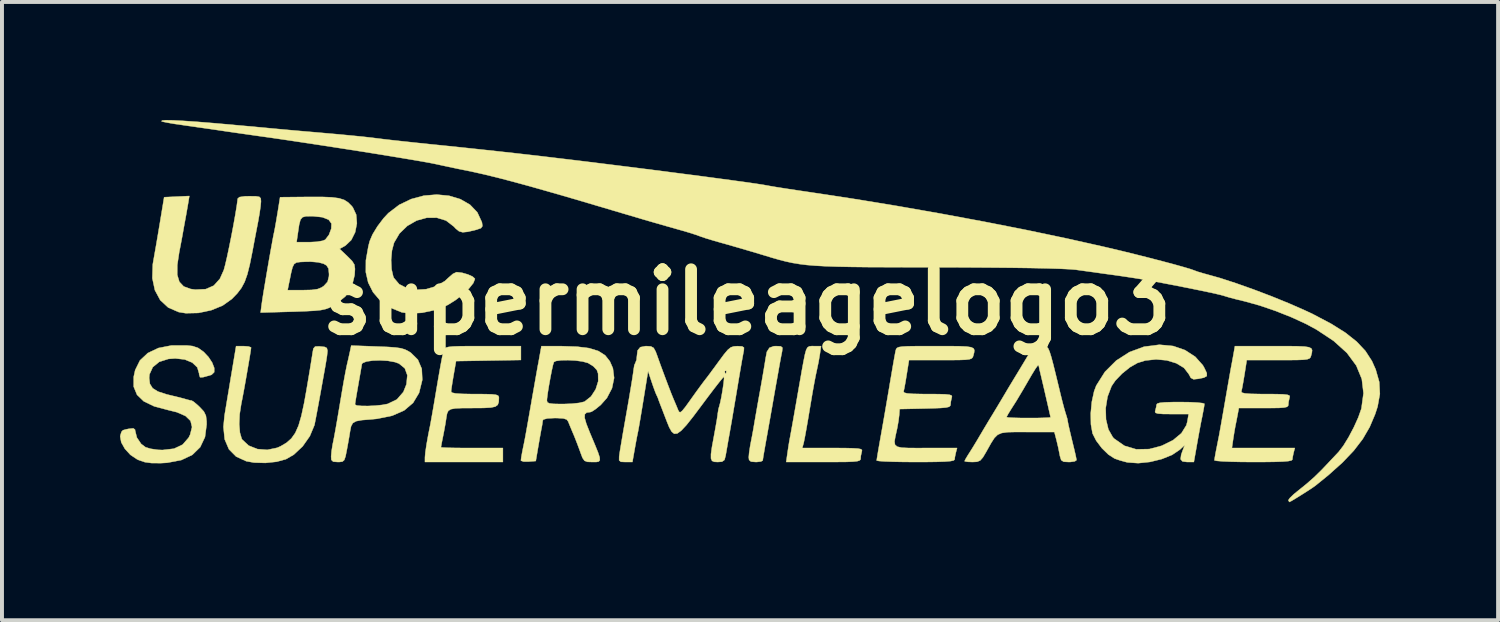
<source format=kicad_pcb>
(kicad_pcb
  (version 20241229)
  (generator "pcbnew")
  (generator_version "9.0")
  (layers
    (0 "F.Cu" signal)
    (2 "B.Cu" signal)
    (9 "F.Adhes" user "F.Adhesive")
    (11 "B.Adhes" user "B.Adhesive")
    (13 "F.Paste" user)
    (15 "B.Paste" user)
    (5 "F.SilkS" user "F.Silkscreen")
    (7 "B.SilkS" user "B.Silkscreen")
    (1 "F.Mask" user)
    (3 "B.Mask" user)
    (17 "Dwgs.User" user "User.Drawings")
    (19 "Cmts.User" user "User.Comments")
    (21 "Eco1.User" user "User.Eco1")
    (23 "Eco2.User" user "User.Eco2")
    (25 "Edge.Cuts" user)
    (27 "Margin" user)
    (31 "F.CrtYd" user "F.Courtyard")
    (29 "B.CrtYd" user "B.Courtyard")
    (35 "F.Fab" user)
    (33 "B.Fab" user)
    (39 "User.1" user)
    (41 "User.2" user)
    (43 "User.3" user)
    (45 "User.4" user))
  (footprint "supermileagelogo3"
    (layer "F.Cu")
    (at 15.93 4.629)
    (property "Reference" "supermileagelogo3" (at 0 0 0) (layer "F.SilkS") (effects (font (size 1.524 1.524) (thickness 0.3))))
    (attr through_hole)
    (fp_poly (pts (xy 0.865 1.123) (xy 0.908 1.159) (xy 0.898 1.253) (xy 0.892 1.283) (xy 0.871 1.388) (xy 0.837 1.572) (xy 0.794 1.815) (xy 0.744 2.094) (xy 0.71 2.286) (xy 0.654 2.607) (xy 0.597 2.931) (xy 0.544 3.228) (xy 0.501 3.47) (xy 0.485 3.556) (xy 0.45 3.756) (xy 0.422 3.916) (xy 0.408 4.012) (xy 0.406 4.026) (xy 0.362 4.051) (xy 0.252 4.064) (xy 0.229 4.064) (xy 0.108 4.054) (xy 0.059 4.011) (xy 0.051 3.944) (xy 0.061 3.826) (xy 0.087 3.656) (xy 0.107 3.55) (xy 0.142 3.37) (xy 0.171 3.212) (xy 0.181 3.15) (xy 0.197 3.055) (xy 0.227 2.883) (xy 0.267 2.654) (xy 0.314 2.389) (xy 0.333 2.286) (xy 0.381 2.017) (xy 0.422 1.778) (xy 0.454 1.588) (xy 0.473 1.47) (xy 0.476 1.448) (xy 0.511 1.263) (xy 0.577 1.16) (xy 0.689 1.12) (xy 0.746 1.118) (xy 0.865 1.123)) (stroke (width 0.01) (type solid)) (fill yes) (layer "F.SilkS"))
    (fp_poly (pts (xy 1.71 1.118) (xy 1.889 1.118) (xy 1.857 1.333) (xy 1.823 1.531) (xy 1.781 1.73) (xy 1.776 1.753) (xy 1.75 1.875) (xy 1.712 2.074) (xy 1.667 2.325) (xy 1.62 2.605) (xy 1.601 2.718) (xy 1.555 2.993) (xy 1.512 3.24) (xy 1.476 3.437) (xy 1.45 3.565) (xy 1.443 3.594) (xy 1.411 3.708) (xy 2.184 3.708) (xy 2.481 3.709) (xy 2.69 3.714) (xy 2.825 3.722) (xy 2.9 3.737) (xy 2.929 3.759) (xy 2.926 3.789) (xy 2.899 3.91) (xy 2.896 3.967) (xy 2.891 4.001) (xy 2.866 4.026) (xy 2.809 4.043) (xy 2.706 4.054) (xy 2.543 4.061) (xy 2.307 4.063) (xy 1.984 4.064) (xy 1.949 4.064) (xy 1.003 4.064) (xy 1.037 3.823) (xy 1.062 3.656) (xy 1.085 3.517) (xy 1.092 3.48) (xy 1.108 3.396) (xy 1.138 3.232) (xy 1.178 3.008) (xy 1.224 2.746) (xy 1.247 2.616) (xy 1.294 2.345) (xy 1.336 2.106) (xy 1.369 1.919) (xy 1.389 1.803) (xy 1.393 1.778) (xy 1.442 1.511) (xy 1.479 1.327) (xy 1.511 1.212) (xy 1.547 1.149) (xy 1.593 1.123) (xy 1.657 1.117) (xy 1.71 1.118)) (stroke (width 0.01) (type solid)) (fill yes) (layer "F.SilkS"))
    (fp_poly (pts (xy -14.195 -2.53) (xy -14.22 -2.386) (xy -14.254 -2.192) (xy -14.279 -2.057) (xy -14.312 -1.876) (xy -14.339 -1.723) (xy -14.352 -1.651) (xy -14.372 -1.544) (xy -14.403 -1.382) (xy -14.424 -1.276) (xy -14.474 -0.944) (xy -14.475 -0.694) (xy -14.421 -0.515) (xy -14.31 -0.398) (xy -14.135 -0.334) (xy -14.017 -0.318) (xy -13.751 -0.33) (xy -13.546 -0.42) (xy -13.391 -0.593) (xy -13.292 -0.814) (xy -13.257 -0.942) (xy -13.21 -1.144) (xy -13.156 -1.397) (xy -13.1 -1.676) (xy -13.046 -1.959) (xy -12.999 -2.223) (xy -12.963 -2.442) (xy -12.942 -2.595) (xy -12.94 -2.629) (xy -12.893 -2.67) (xy -12.754 -2.69) (xy -12.641 -2.692) (xy -12.475 -2.69) (xy -12.387 -2.675) (xy -12.352 -2.636) (xy -12.347 -2.562) (xy -12.347 -2.553) (xy -12.358 -2.432) (xy -12.384 -2.252) (xy -12.418 -2.057) (xy -12.463 -1.823) (xy -12.516 -1.548) (xy -12.564 -1.29) (xy -12.565 -1.285) (xy -12.631 -0.956) (xy -12.694 -0.706) (xy -12.762 -0.514) (xy -12.845 -0.359) (xy -12.952 -0.219) (xy -13.089 -0.078) (xy -13.321 0.087) (xy -13.615 0.207) (xy -13.939 0.275) (xy -14.258 0.282) (xy -14.439 0.253) (xy -14.704 0.138) (xy -14.907 -0.05) (xy -15.043 -0.303) (xy -15.108 -0.609) (xy -15.097 -0.959) (xy -15.083 -1.041) (xy -15.053 -1.212) (xy -15.011 -1.451) (xy -14.964 -1.727) (xy -14.917 -2.007) (xy -14.808 -2.667) (xy -14.488 -2.682) (xy -14.168 -2.697) (xy -14.195 -2.53)) (stroke (width 0.01) (type solid)) (fill yes) (layer "F.SilkS"))
    (fp_poly (pts (xy -7.565 -2.703) (xy -7.279 -2.617) (xy -7.034 -2.476) (xy -6.848 -2.282) (xy -6.734 -2.036) (xy -6.73 -2.023) (xy -6.718 -1.932) (xy -6.755 -1.881) (xy -6.866 -1.842) (xy -6.891 -1.835) (xy -7.09 -1.788) (xy -7.22 -1.775) (xy -7.313 -1.801) (xy -7.397 -1.869) (xy -7.445 -1.921) (xy -7.643 -2.073) (xy -7.88 -2.146) (xy -8.135 -2.144) (xy -8.39 -2.074) (xy -8.627 -1.938) (xy -8.827 -1.744) (xy -8.965 -1.509) (xy -9.018 -1.31) (xy -9.039 -1.072) (xy -9.028 -0.838) (xy -8.984 -0.648) (xy -8.968 -0.614) (xy -8.833 -0.455) (xy -8.637 -0.355) (xy -8.401 -0.313) (xy -8.148 -0.329) (xy -7.898 -0.403) (xy -7.674 -0.535) (xy -7.573 -0.628) (xy -7.469 -0.718) (xy -7.378 -0.761) (xy -7.37 -0.762) (xy -7.232 -0.745) (xy -7.087 -0.703) (xy -6.968 -0.649) (xy -6.91 -0.597) (xy -6.909 -0.589) (xy -6.949 -0.485) (xy -7.058 -0.348) (xy -7.214 -0.199) (xy -7.397 -0.055) (xy -7.588 0.065) (xy -7.635 0.089) (xy -7.934 0.203) (xy -8.253 0.271) (xy -8.555 0.288) (xy -8.767 0.26) (xy -9.064 0.14) (xy -9.325 -0.049) (xy -9.499 -0.253) (xy -9.622 -0.498) (xy -9.682 -0.761) (xy -9.68 -1.062) (xy -9.617 -1.419) (xy -9.584 -1.549) (xy -9.511 -1.721) (xy -9.386 -1.926) (xy -9.233 -2.129) (xy -9.108 -2.263) (xy -8.835 -2.472) (xy -8.529 -2.619) (xy -8.206 -2.706) (xy -7.879 -2.733) (xy -7.565 -2.703)) (stroke (width 0.01) (type solid)) (fill yes) (layer "F.SilkS"))
    (fp_poly (pts (xy -12.666 1.127) (xy -12.602 1.149) (xy -12.598 1.156) (xy -12.607 1.225) (xy -12.63 1.371) (xy -12.664 1.571) (xy -12.704 1.803) (xy -12.746 2.044) (xy -12.787 2.271) (xy -12.823 2.461) (xy -12.849 2.591) (xy -12.889 2.85) (xy -12.9 3.102) (xy -12.882 3.319) (xy -12.837 3.472) (xy -12.824 3.494) (xy -12.659 3.647) (xy -12.438 3.735) (xy -12.188 3.755) (xy -11.935 3.702) (xy -11.847 3.663) (xy -11.695 3.573) (xy -11.574 3.465) (xy -11.475 3.325) (xy -11.392 3.138) (xy -11.32 2.889) (xy -11.25 2.566) (xy -11.194 2.255) (xy -11.146 1.972) (xy -11.102 1.71) (xy -11.067 1.492) (xy -11.043 1.341) (xy -11.038 1.305) (xy -11.015 1.18) (xy -10.97 1.129) (xy -10.87 1.124) (xy -10.828 1.128) (xy -10.727 1.139) (xy -10.673 1.167) (xy -10.656 1.236) (xy -10.669 1.366) (xy -10.69 1.499) (xy -10.71 1.618) (xy -10.743 1.802) (xy -10.784 2.031) (xy -10.829 2.281) (xy -10.875 2.533) (xy -10.918 2.765) (xy -10.954 2.955) (xy -10.979 3.082) (xy -10.987 3.124) (xy -11.105 3.406) (xy -11.288 3.666) (xy -11.513 3.877) (xy -11.712 3.992) (xy -11.949 4.057) (xy -12.235 4.087) (xy -12.522 4.079) (xy -12.722 4.043) (xy -12.978 3.926) (xy -13.161 3.741) (xy -13.269 3.488) (xy -13.301 3.171) (xy -13.272 2.874) (xy -13.244 2.708) (xy -13.205 2.47) (xy -13.158 2.191) (xy -13.11 1.899) (xy -13.1 1.842) (xy -12.979 1.118) (xy -12.789 1.118) (xy -12.666 1.127)) (stroke (width 0.01) (type solid)) (fill yes) (layer "F.SilkS"))
    (fp_poly (pts (xy -5.74 1.471) (xy -6.565 1.485) (xy -7.389 1.499) (xy -7.451 1.854) (xy -7.482 2.04) (xy -7.505 2.19) (xy -7.515 2.272) (xy -7.515 2.273) (xy -7.489 2.302) (xy -7.399 2.321) (xy -7.233 2.332) (xy -6.98 2.337) (xy -6.909 2.337) (xy -6.651 2.338) (xy -6.478 2.343) (xy -6.374 2.355) (xy -6.32 2.376) (xy -6.301 2.409) (xy -6.299 2.434) (xy -6.304 2.539) (xy -6.329 2.611) (xy -6.391 2.656) (xy -6.505 2.68) (xy -6.689 2.69) (xy -6.957 2.692) (xy -6.967 2.692) (xy -7.23 2.693) (xy -7.409 2.701) (xy -7.522 2.722) (xy -7.586 2.764) (xy -7.618 2.835) (xy -7.637 2.941) (xy -7.641 2.972) (xy -7.663 3.111) (xy -7.697 3.296) (xy -7.717 3.398) (xy -7.748 3.552) (xy -7.768 3.659) (xy -7.772 3.69) (xy -7.724 3.696) (xy -7.592 3.702) (xy -7.393 3.706) (xy -7.144 3.708) (xy -6.985 3.708) (xy -6.198 3.708) (xy -6.198 4.064) (xy -8.179 4.064) (xy -8.179 3.946) (xy -8.168 3.817) (xy -8.138 3.615) (xy -8.093 3.363) (xy -8.05 3.15) (xy -8.032 3.055) (xy -8.001 2.882) (xy -7.961 2.653) (xy -7.916 2.388) (xy -7.899 2.286) (xy -7.843 1.956) (xy -7.8 1.71) (xy -7.768 1.533) (xy -7.744 1.408) (xy -7.724 1.319) (xy -7.706 1.251) (xy -7.695 1.215) (xy -7.678 1.181) (xy -7.644 1.156) (xy -7.579 1.139) (xy -7.468 1.127) (xy -7.298 1.121) (xy -7.055 1.118) (xy -6.725 1.118) (xy -6.702 1.118) (xy -5.74 1.118) (xy -5.74 1.471)) (stroke (width 0.01) (type solid)) (fill yes) (layer "F.SilkS"))
    (fp_poly (pts (xy -9.398 1.128) (xy -9.123 1.139) (xy -8.928 1.153) (xy -8.79 1.173) (xy -8.687 1.204) (xy -8.598 1.249) (xy -8.539 1.286) (xy -8.359 1.463) (xy -8.26 1.695) (xy -8.247 1.97) (xy -8.25 1.99) (xy -8.329 2.308) (xy -8.481 2.561) (xy -8.707 2.753) (xy -9.012 2.887) (xy -9.4 2.966) (xy -9.559 2.981) (xy -9.783 2.999) (xy -9.928 3.026) (xy -10.012 3.074) (xy -10.057 3.156) (xy -10.083 3.288) (xy -10.089 3.327) (xy -10.106 3.43) (xy -10.135 3.594) (xy -10.163 3.747) (xy -10.197 3.919) (xy -10.23 4.013) (xy -10.277 4.054) (xy -10.357 4.064) (xy -10.394 4.064) (xy -10.511 4.055) (xy -10.558 4.01) (xy -10.564 3.924) (xy -10.552 3.786) (xy -10.524 3.611) (xy -10.512 3.556) (xy -10.486 3.424) (xy -10.448 3.216) (xy -10.403 2.958) (xy -10.355 2.674) (xy -10.343 2.603) (xy -9.957 2.603) (xy -9.911 2.627) (xy -9.792 2.638) (xy -9.626 2.64) (xy -9.442 2.631) (xy -9.266 2.613) (xy -9.126 2.587) (xy -9.125 2.586) (xy -8.893 2.474) (xy -8.728 2.285) (xy -8.649 2.088) (xy -8.627 1.858) (xy -8.691 1.682) (xy -8.838 1.562) (xy -8.939 1.525) (xy -9.118 1.492) (xy -9.316 1.48) (xy -9.507 1.486) (xy -9.665 1.509) (xy -9.763 1.548) (xy -9.782 1.575) (xy -9.796 1.657) (xy -9.823 1.811) (xy -9.858 2.011) (xy -9.875 2.108) (xy -9.911 2.314) (xy -9.939 2.48) (xy -9.955 2.584) (xy -9.957 2.603) (xy -10.343 2.603) (xy -10.337 2.565) (xy -10.289 2.281) (xy -10.243 2.015) (xy -10.202 1.793) (xy -10.171 1.638) (xy -10.163 1.6) (xy -10.123 1.428) (xy -10.088 1.27) (xy -10.084 1.251) (xy -10.053 1.104) (xy -9.398 1.128)) (stroke (width 0.01) (type solid)) (fill yes) (layer "F.SilkS"))
    (fp_poly (pts (xy 13.738 1.118) (xy 13.994 1.121) (xy 14.173 1.129) (xy 14.287 1.146) (xy 14.349 1.176) (xy 14.37 1.22) (xy 14.364 1.282) (xy 14.344 1.359) (xy 14.33 1.402) (xy 14.302 1.432) (xy 14.245 1.453) (xy 14.145 1.465) (xy 13.985 1.471) (xy 13.751 1.473) (xy 13.511 1.473) (xy 12.709 1.473) (xy 12.651 1.841) (xy 12.619 2.031) (xy 12.591 2.184) (xy 12.572 2.27) (xy 12.571 2.273) (xy 12.587 2.301) (xy 12.662 2.32) (xy 12.809 2.331) (xy 13.04 2.336) (xy 13.19 2.337) (xy 13.455 2.338) (xy 13.634 2.343) (xy 13.741 2.355) (xy 13.792 2.374) (xy 13.802 2.403) (xy 13.798 2.417) (xy 13.771 2.539) (xy 13.767 2.595) (xy 13.76 2.636) (xy 13.729 2.663) (xy 13.656 2.68) (xy 13.527 2.689) (xy 13.323 2.692) (xy 13.137 2.692) (xy 12.508 2.692) (xy 12.477 2.857) (xy 12.446 3.018) (xy 12.419 3.15) (xy 12.395 3.283) (xy 12.368 3.453) (xy 12.362 3.493) (xy 12.331 3.708) (xy 13.931 3.708) (xy 13.9 3.823) (xy 13.875 3.941) (xy 13.869 4) (xy 13.845 4.024) (xy 13.765 4.041) (xy 13.621 4.053) (xy 13.401 4.06) (xy 13.095 4.064) (xy 12.878 4.064) (xy 12.573 4.062) (xy 12.306 4.056) (xy 12.093 4.047) (xy 11.948 4.035) (xy 11.888 4.022) (xy 11.887 4.02) (xy 11.897 3.949) (xy 11.921 3.814) (xy 11.943 3.703) (xy 11.966 3.587) (xy 11.985 3.491) (xy 12.004 3.396) (xy 12.024 3.285) (xy 12.05 3.14) (xy 12.085 2.941) (xy 12.132 2.672) (xy 12.168 2.464) (xy 12.215 2.193) (xy 12.257 1.954) (xy 12.29 1.767) (xy 12.311 1.65) (xy 12.316 1.626) (xy 12.334 1.53) (xy 12.361 1.383) (xy 12.37 1.333) (xy 12.408 1.118) (xy 13.392 1.118) (xy 13.738 1.118)) (stroke (width 0.01) (type solid)) (fill yes) (layer "F.SilkS"))
    (fp_poly (pts (xy -14.225 1.102) (xy -14.084 1.117) (xy -13.94 1.167) (xy -13.802 1.266) (xy -13.68 1.396) (xy -13.587 1.538) (xy -13.535 1.673) (xy -13.536 1.782) (xy -13.603 1.847) (xy -13.611 1.85) (xy -13.751 1.89) (xy -13.818 1.908) (xy -13.895 1.911) (xy -13.919 1.839) (xy -13.919 1.816) (xy -13.965 1.659) (xy -14.093 1.537) (xy -14.284 1.458) (xy -14.524 1.431) (xy -14.7 1.444) (xy -14.933 1.518) (xy -15.097 1.652) (xy -15.181 1.837) (xy -15.189 1.929) (xy -15.17 2.078) (xy -15.101 2.188) (xy -14.967 2.272) (xy -14.754 2.342) (xy -14.652 2.367) (xy -14.466 2.412) (xy -14.312 2.451) (xy -14.225 2.477) (xy -14.224 2.477) (xy -14.138 2.499) (xy -14.116 2.499) (xy -14.063 2.528) (xy -13.967 2.608) (xy -13.905 2.666) (xy -13.798 2.781) (xy -13.746 2.887) (xy -13.729 3.027) (xy -13.728 3.108) (xy -13.77 3.429) (xy -13.892 3.687) (xy -14.093 3.883) (xy -14.373 4.015) (xy -14.732 4.083) (xy -14.887 4.092) (xy -15.124 4.091) (xy -15.3 4.067) (xy -15.457 4.013) (xy -15.496 3.995) (xy -15.666 3.881) (xy -15.806 3.728) (xy -15.898 3.564) (xy -15.925 3.414) (xy -15.918 3.378) (xy -15.892 3.296) (xy -15.855 3.256) (xy -15.773 3.233) (xy -15.706 3.22) (xy -15.592 3.208) (xy -15.548 3.24) (xy -15.545 3.268) (xy -15.502 3.442) (xy -15.393 3.603) (xy -15.283 3.687) (xy -15.154 3.727) (xy -14.972 3.754) (xy -14.849 3.759) (xy -14.557 3.725) (xy -14.338 3.621) (xy -14.185 3.445) (xy -14.147 3.367) (xy -14.099 3.175) (xy -14.137 3.018) (xy -14.265 2.894) (xy -14.485 2.798) (xy -14.707 2.743) (xy -15.063 2.648) (xy -15.326 2.521) (xy -15.497 2.356) (xy -15.582 2.15) (xy -15.582 1.9) (xy -15.544 1.727) (xy -15.423 1.482) (xy -15.223 1.294) (xy -14.952 1.166) (xy -14.617 1.101) (xy -14.225 1.102)) (stroke (width 0.01) (type solid)) (fill yes) (layer "F.SilkS"))
    (fp_poly (pts (xy 5.148 1.118) (xy 5.405 1.121) (xy 5.585 1.129) (xy 5.7 1.146) (xy 5.763 1.175) (xy 5.785 1.219) (xy 5.779 1.281) (xy 5.759 1.359) (xy 5.744 1.402) (xy 5.716 1.432) (xy 5.66 1.453) (xy 5.559 1.465) (xy 5.4 1.471) (xy 5.166 1.473) (xy 4.926 1.473) (xy 4.124 1.473) (xy 4.065 1.841) (xy 4.034 2.031) (xy 4.006 2.184) (xy 3.987 2.27) (xy 3.986 2.273) (xy 4.002 2.301) (xy 4.077 2.32) (xy 4.224 2.331) (xy 4.455 2.336) (xy 4.604 2.337) (xy 4.87 2.338) (xy 5.049 2.343) (xy 5.156 2.355) (xy 5.207 2.374) (xy 5.216 2.403) (xy 5.212 2.417) (xy 5.185 2.539) (xy 5.182 2.593) (xy 5.174 2.633) (xy 5.141 2.661) (xy 5.065 2.679) (xy 4.931 2.691) (xy 4.723 2.699) (xy 4.534 2.704) (xy 3.886 2.718) (xy 3.875 2.87) (xy 3.857 3.018) (xy 3.825 3.199) (xy 3.814 3.251) (xy 3.776 3.421) (xy 3.756 3.542) (xy 3.768 3.624) (xy 3.823 3.673) (xy 3.935 3.699) (xy 4.117 3.708) (xy 4.381 3.709) (xy 4.553 3.708) (xy 5.346 3.708) (xy 5.315 3.823) (xy 5.29 3.941) (xy 5.284 4) (xy 5.26 4.024) (xy 5.18 4.041) (xy 5.036 4.053) (xy 4.816 4.06) (xy 4.51 4.064) (xy 4.293 4.064) (xy 3.988 4.062) (xy 3.721 4.057) (xy 3.508 4.049) (xy 3.364 4.039) (xy 3.303 4.027) (xy 3.302 4.026) (xy 3.311 3.963) (xy 3.334 3.823) (xy 3.368 3.626) (xy 3.403 3.429) (xy 3.45 3.163) (xy 3.507 2.836) (xy 3.567 2.486) (xy 3.624 2.153) (xy 3.631 2.108) (xy 3.678 1.833) (xy 3.72 1.586) (xy 3.755 1.389) (xy 3.779 1.261) (xy 3.785 1.232) (xy 3.797 1.193) (xy 3.82 1.164) (xy 3.868 1.143) (xy 3.955 1.13) (xy 4.094 1.122) (xy 4.3 1.119) (xy 4.585 1.118) (xy 4.802 1.118) (xy 5.148 1.118)) (stroke (width 0.01) (type solid)) (fill yes) (layer "F.SilkS"))
    (fp_poly (pts (xy -10.794 -2.674) (xy -10.546 -2.664) (xy -10.365 -2.64) (xy -10.232 -2.598) (xy -10.13 -2.533) (xy -10.04 -2.442) (xy -10.012 -2.407) (xy -9.927 -2.224) (xy -9.909 -2.003) (xy -9.953 -1.776) (xy -10.052 -1.578) (xy -10.199 -1.438) (xy -10.201 -1.437) (xy -10.348 -1.353) (xy -10.146 -1.161) (xy -10.031 -1.045) (xy -9.973 -0.954) (xy -9.958 -0.845) (xy -9.967 -0.687) (xy -10.038 -0.395) (xy -10.2 -0.147) (xy -10.452 0.058) (xy -10.52 0.097) (xy -10.614 0.144) (xy -10.71 0.178) (xy -10.828 0.203) (xy -10.987 0.219) (xy -11.206 0.231) (xy -11.504 0.242) (xy -11.55 0.243) (xy -12.356 0.266) (xy -12.331 0.07) (xy -12.313 -0.054) (xy -12.282 -0.252) (xy -12.273 -0.305) (xy -11.67 -0.305) (xy -11.278 -0.305) (xy -11.059 -0.31) (xy -10.913 -0.33) (xy -10.809 -0.371) (xy -10.751 -0.41) (xy -10.654 -0.516) (xy -10.619 -0.656) (xy -10.617 -0.714) (xy -10.63 -0.853) (xy -10.681 -0.933) (xy -10.757 -0.977) (xy -10.892 -1.012) (xy -11.084 -1.028) (xy -11.208 -1.026) (xy -11.35 -1.02) (xy -11.445 -1.007) (xy -11.505 -0.967) (xy -11.546 -0.884) (xy -11.582 -0.74) (xy -11.627 -0.516) (xy -11.632 -0.495) (xy -11.67 -0.305) (xy -12.273 -0.305) (xy -12.24 -0.501) (xy -12.193 -0.779) (xy -12.144 -1.063) (xy -12.097 -1.329) (xy -12.061 -1.524) (xy -11.442 -1.524) (xy -11.115 -1.524) (xy -10.924 -1.534) (xy -10.776 -1.56) (xy -10.713 -1.587) (xy -10.619 -1.71) (xy -10.56 -1.868) (xy -10.555 -1.997) (xy -10.627 -2.095) (xy -10.787 -2.158) (xy -11.029 -2.184) (xy -11.074 -2.184) (xy -11.209 -2.181) (xy -11.293 -2.157) (xy -11.344 -2.093) (xy -11.377 -1.968) (xy -11.407 -1.765) (xy -11.442 -1.524) (xy -12.061 -1.524) (xy -12.056 -1.556) (xy -12.025 -1.719) (xy -12.012 -1.778) (xy -11.99 -1.89) (xy -11.959 -2.066) (xy -11.925 -2.27) (xy -11.922 -2.286) (xy -11.861 -2.667) (xy -11.125 -2.674) (xy -10.794 -2.674)) (stroke (width 0.01) (type solid)) (fill yes) (layer "F.SilkS"))
    (fp_poly (pts (xy 10.839 1.116) (xy 11.14 1.22) (xy 11.399 1.388) (xy 11.592 1.604) (xy 11.631 1.673) (xy 11.693 1.805) (xy 11.693 1.879) (xy 11.62 1.92) (xy 11.48 1.949) (xy 11.356 1.962) (xy 11.287 1.925) (xy 11.234 1.827) (xy 11.113 1.671) (xy 10.919 1.554) (xy 10.676 1.48) (xy 10.405 1.455) (xy 10.13 1.484) (xy 9.931 1.546) (xy 9.74 1.655) (xy 9.541 1.815) (xy 9.369 1.994) (xy 9.273 2.134) (xy 9.17 2.404) (xy 9.123 2.695) (xy 9.131 2.981) (xy 9.192 3.236) (xy 9.305 3.434) (xy 9.338 3.469) (xy 9.601 3.652) (xy 9.9 3.741) (xy 10.231 3.735) (xy 10.547 3.651) (xy 10.835 3.509) (xy 11.048 3.332) (xy 11.174 3.129) (xy 11.199 3.035) (xy 11.231 2.845) (xy 10.792 2.845) (xy 10.579 2.843) (xy 10.451 2.833) (xy 10.39 2.814) (xy 10.378 2.781) (xy 10.383 2.764) (xy 10.411 2.65) (xy 10.414 2.612) (xy 10.432 2.581) (xy 10.497 2.56) (xy 10.623 2.547) (xy 10.826 2.541) (xy 11.024 2.54) (xy 11.259 2.543) (xy 11.452 2.553) (xy 11.583 2.567) (xy 11.633 2.583) (xy 11.633 2.584) (xy 11.624 2.655) (xy 11.599 2.79) (xy 11.578 2.901) (xy 11.548 3.046) (xy 11.526 3.162) (xy 11.504 3.279) (xy 11.477 3.426) (xy 11.44 3.634) (xy 11.425 3.721) (xy 11.364 4.064) (xy 11.194 4.064) (xy 11.076 4.049) (xy 11.027 3.993) (xy 11.042 3.878) (xy 11.078 3.776) (xy 11.132 3.634) (xy 11.009 3.749) (xy 10.812 3.882) (xy 10.547 3.989) (xy 10.249 4.062) (xy 9.95 4.093) (xy 9.683 4.074) (xy 9.652 4.068) (xy 9.49 4.024) (xy 9.348 3.975) (xy 9.347 3.974) (xy 9.191 3.873) (xy 9.026 3.712) (xy 8.883 3.523) (xy 8.791 3.342) (xy 8.788 3.333) (xy 8.748 3.106) (xy 8.743 2.826) (xy 8.771 2.532) (xy 8.829 2.266) (xy 8.883 2.122) (xy 9.104 1.772) (xy 9.391 1.486) (xy 9.727 1.27) (xy 10.098 1.133) (xy 10.489 1.083) (xy 10.839 1.116)) (stroke (width 0.01) (type solid)) (fill yes) (layer "F.SilkS"))
    (fp_poly (pts (xy 7.588 1.118) (xy 7.627 1.135) (xy 7.663 1.179) (xy 7.698 1.26) (xy 7.739 1.391) (xy 7.79 1.581) (xy 7.855 1.844) (xy 7.939 2.19) (xy 7.974 2.337) (xy 8.025 2.541) (xy 8.071 2.713) (xy 8.104 2.825) (xy 8.111 2.845) (xy 8.146 2.961) (xy 8.157 3.023) (xy 8.175 3.117) (xy 8.212 3.28) (xy 8.26 3.481) (xy 8.276 3.547) (xy 8.324 3.744) (xy 8.361 3.904) (xy 8.38 4.002) (xy 8.382 4.016) (xy 8.337 4.047) (xy 8.225 4.063) (xy 8.184 4.064) (xy 8.055 4.057) (xy 7.992 4.015) (xy 7.96 3.911) (xy 7.953 3.873) (xy 7.915 3.685) (xy 7.87 3.496) (xy 7.869 3.493) (xy 7.819 3.302) (xy 7.112 3.302) (xy 6.826 3.301) (xy 6.622 3.306) (xy 6.478 3.327) (xy 6.376 3.372) (xy 6.295 3.452) (xy 6.214 3.577) (xy 6.114 3.755) (xy 6.091 3.797) (xy 6.003 3.946) (xy 5.933 4.026) (xy 5.853 4.058) (xy 5.739 4.064) (xy 5.612 4.059) (xy 5.542 4.046) (xy 5.537 4.041) (xy 5.562 3.988) (xy 5.625 3.883) (xy 5.652 3.842) (xy 5.744 3.695) (xy 5.855 3.512) (xy 5.918 3.405) (xy 6.037 3.204) (xy 6.166 2.989) (xy 6.206 2.923) (xy 6.604 2.923) (xy 6.651 2.933) (xy 6.78 2.94) (xy 6.969 2.945) (xy 7.163 2.946) (xy 7.387 2.945) (xy 7.569 2.94) (xy 7.687 2.934) (xy 7.722 2.928) (xy 7.711 2.875) (xy 7.682 2.748) (xy 7.641 2.568) (xy 7.593 2.36) (xy 7.544 2.147) (xy 7.498 1.952) (xy 7.462 1.799) (xy 7.444 1.727) (xy 7.423 1.626) (xy 7.419 1.6) (xy 7.394 1.615) (xy 7.333 1.7) (xy 7.248 1.839) (xy 7.239 1.854) (xy 7.032 2.211) (xy 6.859 2.501) (xy 6.718 2.723) (xy 6.647 2.838) (xy 6.607 2.913) (xy 6.604 2.923) (xy 6.206 2.923) (xy 6.223 2.896) (xy 6.342 2.699) (xy 6.472 2.482) (xy 6.528 2.388) (xy 6.647 2.187) (xy 6.777 1.972) (xy 6.833 1.88) (xy 6.953 1.682) (xy 7.083 1.466) (xy 7.137 1.375) (xy 7.23 1.23) (xy 7.305 1.153) (xy 7.391 1.123) (xy 7.478 1.119) (xy 7.54 1.116) (xy 7.588 1.118)) (stroke (width 0.01) (type solid)) (fill yes) (layer "F.SilkS"))
    (fp_poly (pts (xy -4.705 1.119) (xy -4.311 1.132) (xy -4.004 1.171) (xy -3.771 1.243) (xy -3.6 1.352) (xy -3.479 1.505) (xy -3.402 1.681) (xy -3.371 1.927) (xy -3.425 2.188) (xy -3.555 2.437) (xy -3.71 2.611) (xy -3.835 2.714) (xy -3.936 2.781) (xy -3.975 2.795) (xy -4.069 2.807) (xy -4.117 2.852) (xy -4.12 2.942) (xy -4.077 3.092) (xy -3.988 3.317) (xy -3.971 3.358) (xy -3.857 3.629) (xy -3.78 3.82) (xy -3.739 3.945) (xy -3.734 4.018) (xy -3.764 4.053) (xy -3.827 4.064) (xy -3.922 4.064) (xy -4.048 4.06) (xy -4.124 4.032) (xy -4.175 3.958) (xy -4.23 3.812) (xy -4.235 3.797) (xy -4.308 3.6) (xy -4.385 3.404) (xy -4.418 3.327) (xy -4.48 3.179) (xy -4.529 3.059) (xy -4.538 3.035) (xy -4.576 2.984) (xy -4.662 2.956) (xy -4.819 2.947) (xy -4.875 2.946) (xy -5.069 2.956) (xy -5.169 2.984) (xy -5.185 3.01) (xy -5.199 3.112) (xy -5.21 3.175) (xy -5.229 3.273) (xy -5.259 3.438) (xy -5.293 3.636) (xy -5.297 3.658) (xy -5.362 4.039) (xy -5.551 4.054) (xy -5.673 4.053) (xy -5.737 4.031) (xy -5.74 4.023) (xy -5.731 3.95) (xy -5.707 3.813) (xy -5.685 3.703) (xy -5.661 3.587) (xy -5.642 3.491) (xy -5.624 3.396) (xy -5.604 3.285) (xy -5.578 3.14) (xy -5.543 2.941) (xy -5.496 2.672) (xy -5.466 2.502) (xy -5.08 2.502) (xy -5.068 2.546) (xy -5.019 2.573) (xy -4.914 2.586) (xy -4.732 2.59) (xy -4.661 2.59) (xy -4.448 2.582) (xy -4.261 2.562) (xy -4.136 2.533) (xy -4.12 2.527) (xy -3.958 2.398) (xy -3.839 2.215) (xy -3.775 2.011) (xy -3.778 1.816) (xy -3.81 1.726) (xy -3.896 1.633) (xy -4.027 1.551) (xy -4.041 1.545) (xy -4.173 1.509) (xy -4.35 1.485) (xy -4.541 1.475) (xy -4.717 1.478) (xy -4.848 1.496) (xy -4.901 1.523) (xy -4.924 1.594) (xy -4.956 1.736) (xy -4.992 1.922) (xy -5.028 2.122) (xy -5.058 2.307) (xy -5.076 2.449) (xy -5.08 2.502) (xy -5.466 2.502) (xy -5.46 2.464) (xy -5.412 2.193) (xy -5.37 1.954) (xy -5.337 1.767) (xy -5.316 1.65) (xy -5.312 1.626) (xy -5.293 1.53) (xy -5.267 1.383) (xy -5.258 1.333) (xy -5.219 1.118) (xy -4.705 1.119)) (stroke (width 0.01) (type solid)) (fill yes) (layer "F.SilkS"))
    (fp_poly (pts (xy -2.435 1.126) (xy -2.366 1.164) (xy -2.314 1.259) (xy -2.277 1.359) (xy -2.189 1.605) (xy -2.092 1.867) (xy -1.998 2.117) (xy -1.917 2.327) (xy -1.861 2.464) (xy -1.797 2.614) (xy -1.746 2.738) (xy -1.72 2.789) (xy -1.688 2.8) (xy -1.638 2.76) (xy -1.556 2.659) (xy -1.431 2.485) (xy -1.42 2.469) (xy -1.289 2.286) (xy -1.173 2.127) (xy -1.09 2.015) (xy -1.067 1.986) (xy -1.004 1.904) (xy -0.909 1.778) (xy -0.559 1.778) (xy -0.54 1.82) (xy -0.525 1.812) (xy -0.519 1.752) (xy -0.525 1.744) (xy -0.555 1.751) (xy -0.559 1.778) (xy -0.909 1.778) (xy -0.9 1.765) (xy -0.772 1.591) (xy -0.711 1.507) (xy -0.577 1.326) (xy -0.481 1.212) (xy -0.405 1.15) (xy -0.328 1.125) (xy -0.24 1.119) (xy -0.117 1.125) (xy -0.07 1.155) (xy -0.074 1.227) (xy -0.075 1.232) (xy -0.092 1.321) (xy -0.123 1.489) (xy -0.162 1.716) (xy -0.207 1.981) (xy -0.228 2.108) (xy -0.28 2.419) (xy -0.334 2.737) (xy -0.383 3.028) (xy -0.424 3.26) (xy -0.431 3.302) (xy -0.471 3.523) (xy -0.506 3.725) (xy -0.532 3.873) (xy -0.536 3.899) (xy -0.566 4.011) (xy -0.629 4.056) (xy -0.739 4.064) (xy -0.826 4.059) (xy -0.882 4.035) (xy -0.909 3.974) (xy -0.909 3.862) (xy -0.884 3.683) (xy -0.836 3.421) (xy -0.833 3.404) (xy -0.794 3.19) (xy -0.761 3.001) (xy -0.741 2.869) (xy -0.739 2.845) (xy -0.718 2.714) (xy -0.697 2.642) (xy -0.673 2.551) (xy -0.643 2.405) (xy -0.614 2.236) (xy -0.59 2.074) (xy -0.577 1.95) (xy -0.578 1.895) (xy -0.578 1.895) (xy -0.612 1.928) (xy -0.696 2.03) (xy -0.821 2.19) (xy -0.976 2.394) (xy -1.141 2.615) (xy -1.362 2.91) (xy -1.534 3.126) (xy -1.666 3.267) (xy -1.766 3.339) (xy -1.844 3.346) (xy -1.909 3.292) (xy -1.97 3.183) (xy -2.02 3.061) (xy -2.092 2.875) (xy -2.158 2.703) (xy -2.192 2.616) (xy -2.235 2.503) (xy -2.257 2.44) (xy -2.257 2.438) (xy -2.285 2.376) (xy -2.293 2.362) (xy -2.324 2.289) (xy -2.374 2.152) (xy -2.415 2.032) (xy -2.508 1.753) (xy -2.623 2.464) (xy -2.667 2.732) (xy -2.707 2.972) (xy -2.74 3.164) (xy -2.762 3.284) (xy -2.766 3.302) (xy -2.79 3.42) (xy -2.823 3.595) (xy -2.85 3.747) (xy -2.906 4.064) (xy -3.084 4.064) (xy -3.199 4.059) (xy -3.244 4.022) (xy -3.243 3.926) (xy -3.236 3.873) (xy -3.219 3.762) (xy -3.187 3.571) (xy -3.145 3.321) (xy -3.094 3.031) (xy -3.048 2.769) (xy -2.995 2.467) (xy -2.949 2.191) (xy -2.911 1.961) (xy -2.886 1.795) (xy -2.876 1.717) (xy -2.857 1.602) (xy -2.831 1.544) (xy -2.801 1.468) (xy -2.794 1.393) (xy -2.775 1.23) (xy -2.706 1.145) (xy -2.571 1.118) (xy -2.547 1.118) (xy -2.435 1.126)) (stroke (width 0.01) (type solid)) (fill yes) (layer "F.SilkS"))
    (fp_poly (pts (xy -14.586 -4.621) (xy -14.321 -4.607) (xy -13.968 -4.583) (xy -13.522 -4.547) (xy -12.983 -4.499) (xy -12.346 -4.441) (xy -12.167 -4.424) (xy -11.942 -4.403) (xy -11.646 -4.376) (xy -11.308 -4.346) (xy -10.956 -4.316) (xy -10.719 -4.295) (xy -10.388 -4.266) (xy -10.062 -4.235) (xy -9.767 -4.206) (xy -9.528 -4.179) (xy -9.398 -4.163) (xy -9.238 -4.143) (xy -8.996 -4.115) (xy -8.693 -4.082) (xy -8.348 -4.045) (xy -7.982 -4.007) (xy -7.772 -3.986) (xy -7.335 -3.941) (xy -6.834 -3.888) (xy -6.307 -3.831) (xy -5.792 -3.774) (xy -5.326 -3.721) (xy -5.232 -3.71) (xy -4.773 -3.655) (xy -4.279 -3.596) (xy -3.761 -3.532) (xy -3.23 -3.466) (xy -2.696 -3.399) (xy -2.169 -3.332) (xy -1.66 -3.266) (xy -1.18 -3.204) (xy -0.739 -3.145) (xy -0.348 -3.092) (xy -0.016 -3.047) (xy 0.245 -3.009) (xy 0.425 -2.981) (xy 0.508 -2.966) (xy 0.597 -2.95) (xy 0.768 -2.921) (xy 1.004 -2.884) (xy 1.287 -2.841) (xy 1.599 -2.795) (xy 1.626 -2.791) (xy 2.71 -2.626) (xy 3.821 -2.444) (xy 4.938 -2.248) (xy 6.042 -2.043) (xy 7.114 -1.832) (xy 8.133 -1.618) (xy 9.08 -1.406) (xy 9.525 -1.301) (xy 9.887 -1.212) (xy 10.242 -1.122) (xy 10.573 -1.036) (xy 10.866 -0.958) (xy 11.105 -0.891) (xy 11.274 -0.841) (xy 11.354 -0.813) (xy 11.465 -0.772) (xy 11.624 -0.725) (xy 11.684 -0.709) (xy 12.03 -0.612) (xy 12.441 -0.478) (xy 12.889 -0.319) (xy 13.349 -0.144) (xy 13.793 0.037) (xy 14.195 0.214) (xy 14.394 0.308) (xy 14.848 0.547) (xy 15.213 0.775) (xy 15.501 1.003) (xy 15.723 1.239) (xy 15.889 1.495) (xy 15.986 1.712) (xy 16.076 2.029) (xy 16.092 2.333) (xy 16.034 2.656) (xy 15.971 2.85) (xy 15.833 3.175) (xy 15.656 3.479) (xy 15.428 3.776) (xy 15.139 4.079) (xy 14.778 4.402) (xy 14.452 4.666) (xy 14.371 4.723) (xy 14.244 4.806) (xy 14.096 4.9) (xy 13.954 4.988) (xy 13.844 5.054) (xy 13.792 5.08) (xy 13.791 5.08) (xy 13.767 5.041) (xy 13.767 5.033) (xy 13.804 4.979) (xy 13.899 4.887) (xy 13.983 4.818) (xy 14.227 4.621) (xy 14.423 4.449) (xy 14.607 4.269) (xy 14.726 4.144) (xy 14.86 4.002) (xy 14.977 3.878) (xy 15.044 3.807) (xy 15.163 3.652) (xy 15.297 3.434) (xy 15.429 3.184) (xy 15.542 2.935) (xy 15.618 2.72) (xy 15.624 2.698) (xy 15.676 2.315) (xy 15.633 1.954) (xy 15.492 1.612) (xy 15.254 1.29) (xy 14.916 0.985) (xy 14.48 0.697) (xy 14.211 0.552) (xy 13.85 0.386) (xy 13.445 0.225) (xy 13.039 0.086) (xy 12.673 -0.016) (xy 12.649 -0.022) (xy 12.446 -0.071) (xy 12.267 -0.118) (xy 12.148 -0.154) (xy 12.141 -0.156) (xy 12.035 -0.186) (xy 11.839 -0.231) (xy 11.561 -0.29) (xy 11.211 -0.361) (xy 10.798 -0.442) (xy 10.332 -0.531) (xy 10.312 -0.535) (xy 10.097 -0.573) (xy 9.822 -0.617) (xy 9.53 -0.661) (xy 9.347 -0.687) (xy 9.061 -0.726) (xy 8.762 -0.768) (xy 8.493 -0.805) (xy 8.357 -0.824) (xy 8.209 -0.836) (xy 7.965 -0.848) (xy 7.629 -0.858) (xy 7.206 -0.867) (xy 6.701 -0.874) (xy 6.119 -0.879) (xy 5.463 -0.883) (xy 4.826 -0.885) (xy 4.156 -0.886) (xy 3.578 -0.888) (xy 3.083 -0.89) (xy 2.662 -0.895) (xy 2.305 -0.902) (xy 2.003 -0.912) (xy 1.747 -0.926) (xy 1.528 -0.944) (xy 1.335 -0.968) (xy 1.161 -0.997) (xy 0.995 -1.033) (xy 0.829 -1.075) (xy 0.652 -1.126) (xy 0.457 -1.185) (xy 0.408 -1.2) (xy 0.12 -1.286) (xy -0.19 -1.377) (xy -0.477 -1.46) (xy -0.635 -1.504) (xy -0.848 -1.565) (xy -1.034 -1.621) (xy -1.162 -1.664) (xy -1.194 -1.676) (xy -1.287 -1.71) (xy -1.449 -1.762) (xy -1.653 -1.822) (xy -1.753 -1.85) (xy -2.014 -1.924) (xy -2.321 -2.012) (xy -2.621 -2.099) (xy -2.731 -2.132) (xy -3.026 -2.219) (xy -3.361 -2.318) (xy -3.676 -2.412) (xy -3.772 -2.44) (xy -4.436 -2.636) (xy -5.014 -2.803) (xy -5.514 -2.945) (xy -5.947 -3.063) (xy -6.322 -3.161) (xy -6.648 -3.241) (xy -6.937 -3.306) (xy -7.061 -3.332) (xy -7.319 -3.384) (xy -7.564 -3.436) (xy -7.765 -3.479) (xy -7.874 -3.503) (xy -8.016 -3.532) (xy -8.245 -3.574) (xy -8.549 -3.626) (xy -8.915 -3.687) (xy -9.33 -3.755) (xy -9.781 -3.827) (xy -10.255 -3.901) (xy -10.739 -3.976) (xy -11.221 -4.049) (xy -11.687 -4.119) (xy -12.125 -4.183) (xy -12.37 -4.217) (xy -12.665 -4.259) (xy -12.96 -4.301) (xy -13.222 -4.339) (xy -13.419 -4.368) (xy -13.437 -4.371) (xy -13.648 -4.402) (xy -13.917 -4.44) (xy -14.197 -4.48) (xy -14.321 -4.498) (xy -14.542 -4.53) (xy -14.722 -4.561) (xy -14.841 -4.585) (xy -14.876 -4.597) (xy -14.86 -4.616) (xy -14.764 -4.624) (xy -14.586 -4.621)) (stroke (width 0.01) (type solid)) (fill yes) (layer "F.SilkS")))
  (gr_rect
    (start -3 -3)
    (end 35.027 12.714)
    (stroke (width 0.1) (type default))
    (fill no)
    (layer "Edge.Cuts")))
</source>
